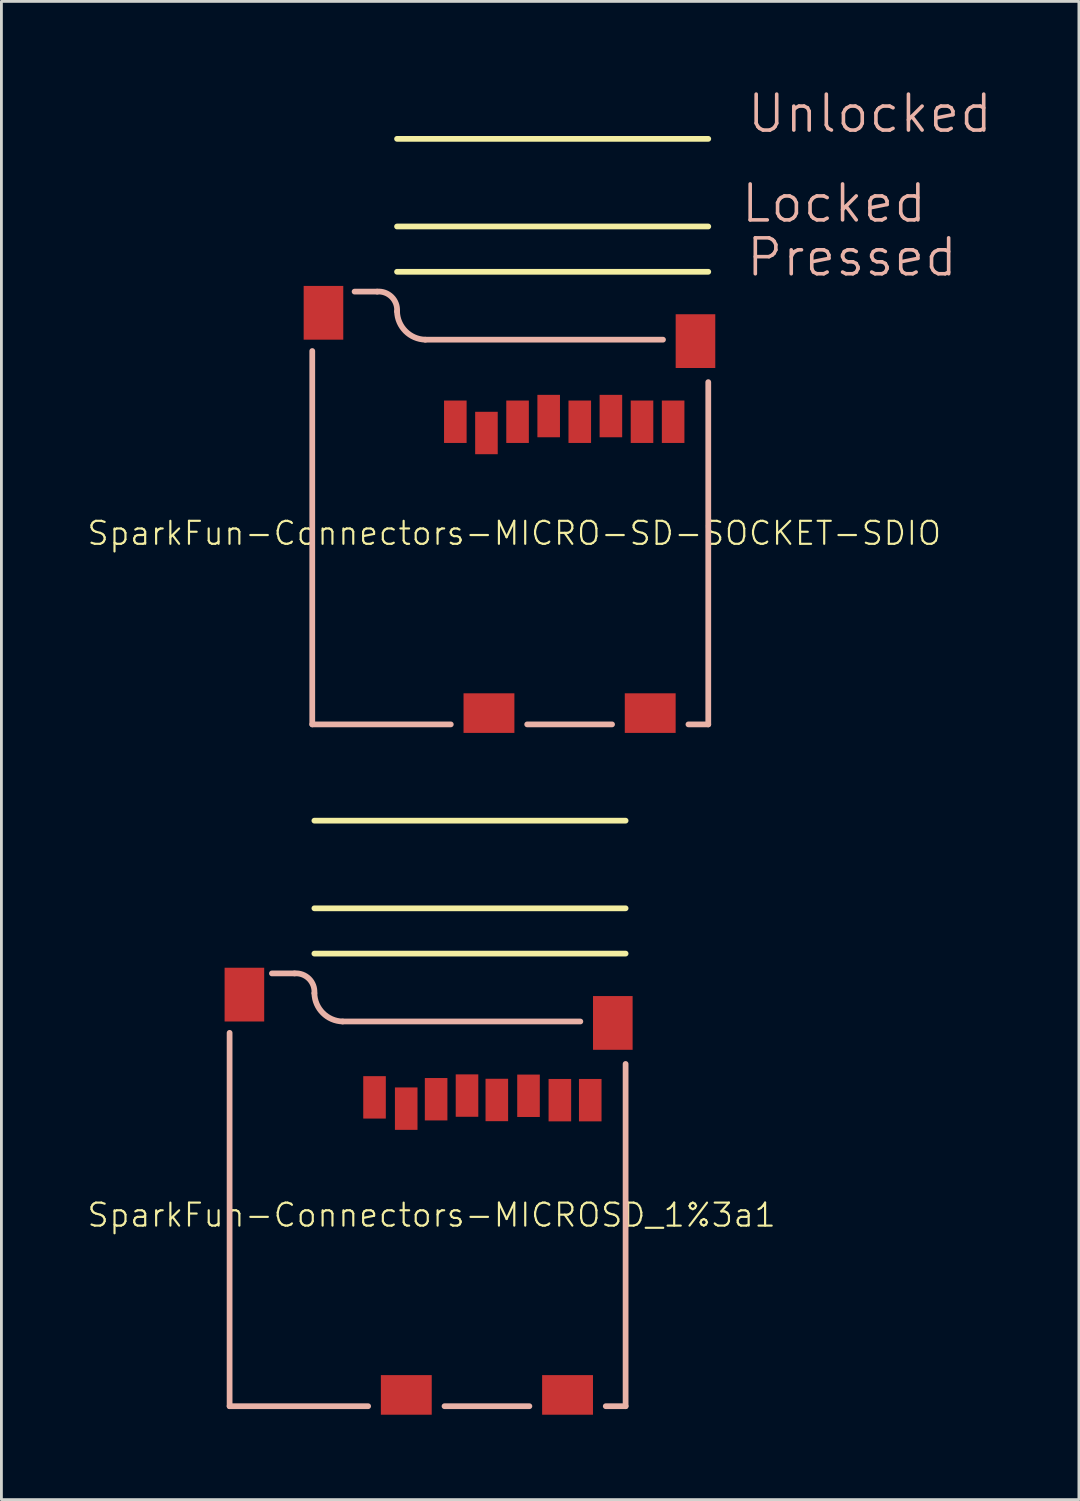
<source format=kicad_pcb>
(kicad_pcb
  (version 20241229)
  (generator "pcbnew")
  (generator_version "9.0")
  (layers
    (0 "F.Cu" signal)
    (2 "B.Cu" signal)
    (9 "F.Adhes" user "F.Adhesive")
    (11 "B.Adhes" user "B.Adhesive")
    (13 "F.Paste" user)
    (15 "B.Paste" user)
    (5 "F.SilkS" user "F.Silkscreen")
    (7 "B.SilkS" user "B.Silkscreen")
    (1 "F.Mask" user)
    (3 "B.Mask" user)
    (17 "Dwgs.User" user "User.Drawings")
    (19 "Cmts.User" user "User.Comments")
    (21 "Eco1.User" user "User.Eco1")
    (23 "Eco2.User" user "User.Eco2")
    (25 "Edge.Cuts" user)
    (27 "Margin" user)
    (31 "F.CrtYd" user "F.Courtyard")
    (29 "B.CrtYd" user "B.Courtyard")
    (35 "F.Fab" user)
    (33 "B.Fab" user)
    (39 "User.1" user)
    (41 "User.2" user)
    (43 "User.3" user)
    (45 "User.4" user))
  (footprint "SparkFun-Connectors-MICROSD_1%3a1"
    (layer "F.Cu")
    (at 5.094 46.657)
    (property "Reference" "SparkFun-Connectors-MICROSD_1%3a1" (at 7.112 -6.756 0) (layer "F.SilkS") (effects (font (size 0.813 0.813) (thickness 0.076))))
    (attr smd)
    (fp_line (start 2.969 -15.999) (end 13.97 -15.999) (stroke (width 0.203) (type solid)) (layer "F.SilkS"))
    (fp_line (start 13.97 -20.698) (end 2.969 -20.698) (stroke (width 0.203) (type solid)) (layer "F.SilkS"))
    (fp_line (start 13.97 -17.6) (end 2.969 -17.6) (stroke (width 0.203) (type solid)) (layer "F.SilkS"))
    (fp_line (start -0.028 0) (end -0.028 -13.198) (stroke (width 0.203) (type solid)) (layer "B.SilkS"))
    (fp_line (start -0.028 0) (end 4.869 0) (stroke (width 0.203) (type solid)) (layer "B.SilkS"))
    (fp_line (start 2.268 -15.298) (end 1.468 -15.298) (stroke (width 0.203) (type solid)) (layer "B.SilkS"))
    (fp_line (start 3.967 -13.599) (end 12.37 -13.599) (stroke (width 0.203) (type solid)) (layer "B.SilkS"))
    (fp_line (start 10.569 0) (end 7.569 0) (stroke (width 0.203) (type solid)) (layer "B.SilkS"))
    (fp_line (start 13.97 -12.098) (end 13.97 0) (stroke (width 0.203) (type solid)) (layer "B.SilkS"))
    (fp_line (start 13.97 0) (end 13.269 0) (stroke (width 0.203) (type solid)) (layer "B.SilkS"))
    (fp_arc (start 2.26822 -15.29842) (mid 2.779266 -15.110312) (end 2.969462 -14.60004) (stroke (width 0.2032) (type solid)) (layer "B.SilkS"))
    (fp_arc (start 3.96748 -13.59916) (mid 3.268578 -13.89902) (end 2.969241 -14.598146) (stroke (width 0.2032) (type solid)) (layer "B.SilkS"))
    (pad "1" smd rect (at 5.095 -10.917) (size 0.798 1.499) (layers "F.Cu" "F.Mask" "F.Paste"))
    (pad "2" smd rect (at 6.215 -10.518) (size 0.798 1.499) (layers "F.Cu" "F.Mask" "F.Paste"))
    (pad "3" smd rect (at 7.272 -10.851) (size 0.798 1.499) (layers "F.Cu" "F.Mask" "F.Paste"))
    (pad "4" smd rect (at 8.364 -10.98) (size 0.798 1.499) (layers "F.Cu" "F.Mask" "F.Paste"))
    (pad "5" smd rect (at 9.418 -10.825) (size 0.798 1.499) (layers "F.Cu" "F.Mask" "F.Paste"))
    (pad "6" smd rect (at 10.538 -10.973) (size 0.798 1.499) (layers "F.Cu" "F.Mask" "F.Paste"))
    (pad "7" smd rect (at 11.646 -10.818) (size 0.798 1.499) (layers "F.Cu" "F.Mask" "F.Paste"))
    (pad "8" smd rect (at 12.72 -10.818) (size 0.798 1.499) (layers "F.Cu" "F.Mask" "F.Paste"))
    (pad "CD1" smd rect (at 11.918 -0.399) (size 1.798 1.4) (layers "F.Cu" "F.Mask" "F.Paste"))
    (pad "CD2" smd rect (at 6.218 -0.399) (size 1.798 1.4) (layers "F.Cu" "F.Mask" "F.Paste"))
    (pad "GND1" smd rect (at 0.495 -14.549) (size 1.4 1.9) (layers "F.Cu" "F.Mask" "F.Paste"))
    (pad "GND3" smd rect (at 13.518 -13.548) (size 1.4 1.9) (layers "F.Cu" "F.Mask" "F.Paste")))
  (footprint "SparkFun-Connectors-MICRO-SD-SOCKET-SDIO"
    (layer "F.Cu")
    (at 8.016 22.556)
    (property "Reference" "SparkFun-Connectors-MICRO-SD-SOCKET-SDIO" (at 7.112 -6.756 0) (layer "F.SilkS") (effects (font (size 0.813 0.813) (thickness 0.076))))
    (attr smd)
    (fp_line (start 2.969 -15.999) (end 13.97 -15.999) (stroke (width 0.203) (type solid)) (layer "F.SilkS"))
    (fp_line (start 13.97 -20.698) (end 2.969 -20.698) (stroke (width 0.203) (type solid)) (layer "F.SilkS"))
    (fp_line (start 13.97 -17.6) (end 2.969 -17.6) (stroke (width 0.203) (type solid)) (layer "F.SilkS"))
    (fp_line (start -0.028 0) (end -0.028 -13.198) (stroke (width 0.203) (type solid)) (layer "B.SilkS"))
    (fp_line (start -0.028 0) (end 4.869 0) (stroke (width 0.203) (type solid)) (layer "B.SilkS"))
    (fp_line (start 2.268 -15.298) (end 1.468 -15.298) (stroke (width 0.203) (type solid)) (layer "B.SilkS"))
    (fp_line (start 3.967 -13.599) (end 12.37 -13.599) (stroke (width 0.203) (type solid)) (layer "B.SilkS"))
    (fp_line (start 10.569 0) (end 7.569 0) (stroke (width 0.203) (type solid)) (layer "B.SilkS"))
    (fp_line (start 13.97 -12.098) (end 13.97 0) (stroke (width 0.203) (type solid)) (layer "B.SilkS"))
    (fp_line (start 13.97 0) (end 13.269 0) (stroke (width 0.203) (type solid)) (layer "B.SilkS"))
    (fp_arc (start 2.26822 -15.29842) (mid 2.779266 -15.110312) (end 2.969462 -14.60004) (stroke (width 0.2032) (type solid)) (layer "B.SilkS"))
    (fp_arc (start 3.96748 -13.59916) (mid 3.268578 -13.89902) (end 2.969241 -14.598146) (stroke (width 0.2032) (type solid)) (layer "B.SilkS"))
    (fp_text user "Locked" (at 18.415 -18.415 0) (layer "B.SilkS") (effects (font (size 1.27 1.27) (thickness 0.127))))
    (fp_text user "Pressed" (at 19.05 -16.51 0) (layer "B.SilkS") (effects (font (size 1.27 1.27) (thickness 0.127))))
    (fp_text user "Unlocked" (at 19.685 -21.59 0) (layer "B.SilkS") (effects (font (size 1.27 1.27) (thickness 0.127))))
    (pad "CD/D" smd rect (at 6.129 -10.3) (size 0.798 1.499) (layers "F.Cu" "F.Mask" "F.Paste"))
    (pad "CD1" smd rect (at 11.918 -0.399) (size 1.798 1.4) (layers "F.Cu" "F.Mask" "F.Paste"))
    (pad "CD2" smd rect (at 6.218 -0.399) (size 1.798 1.4) (layers "F.Cu" "F.Mask" "F.Paste"))
    (pad "CLK" smd rect (at 9.428 -10.698) (size 0.798 1.499) (layers "F.Cu" "F.Mask" "F.Paste"))
    (pad "CMD" smd rect (at 7.229 -10.698) (size 0.798 1.499) (layers "F.Cu" "F.Mask" "F.Paste"))
    (pad "DAT0" smd rect (at 11.628 -10.698) (size 0.798 1.499) (layers "F.Cu" "F.Mask" "F.Paste"))
    (pad "DAT1" smd rect (at 12.728 -10.698) (size 0.798 1.499) (layers "F.Cu" "F.Mask" "F.Paste"))
    (pad "DAT2" smd rect (at 5.029 -10.698) (size 0.798 1.499) (layers "F.Cu" "F.Mask" "F.Paste"))
    (pad "GND" smd rect (at 10.528 -10.899) (size 0.798 1.499) (layers "F.Cu" "F.Mask" "F.Paste"))
    (pad "GND1" smd rect (at 0.368 -14.549) (size 1.4 1.9) (layers "F.Cu" "F.Mask" "F.Paste"))
    (pad "GND3" smd rect (at 13.518 -13.548) (size 1.4 1.9) (layers "F.Cu" "F.Mask" "F.Paste"))
    (pad "VCC" smd rect (at 8.329 -10.899) (size 0.798 1.499) (layers "F.Cu" "F.Mask" "F.Paste")))
  (gr_rect
    (start -3 -3)
    (end 35.088 49.958)
    (stroke (width 0.1) (type default))
    (fill no)
    (layer "Edge.Cuts")))
</source>
